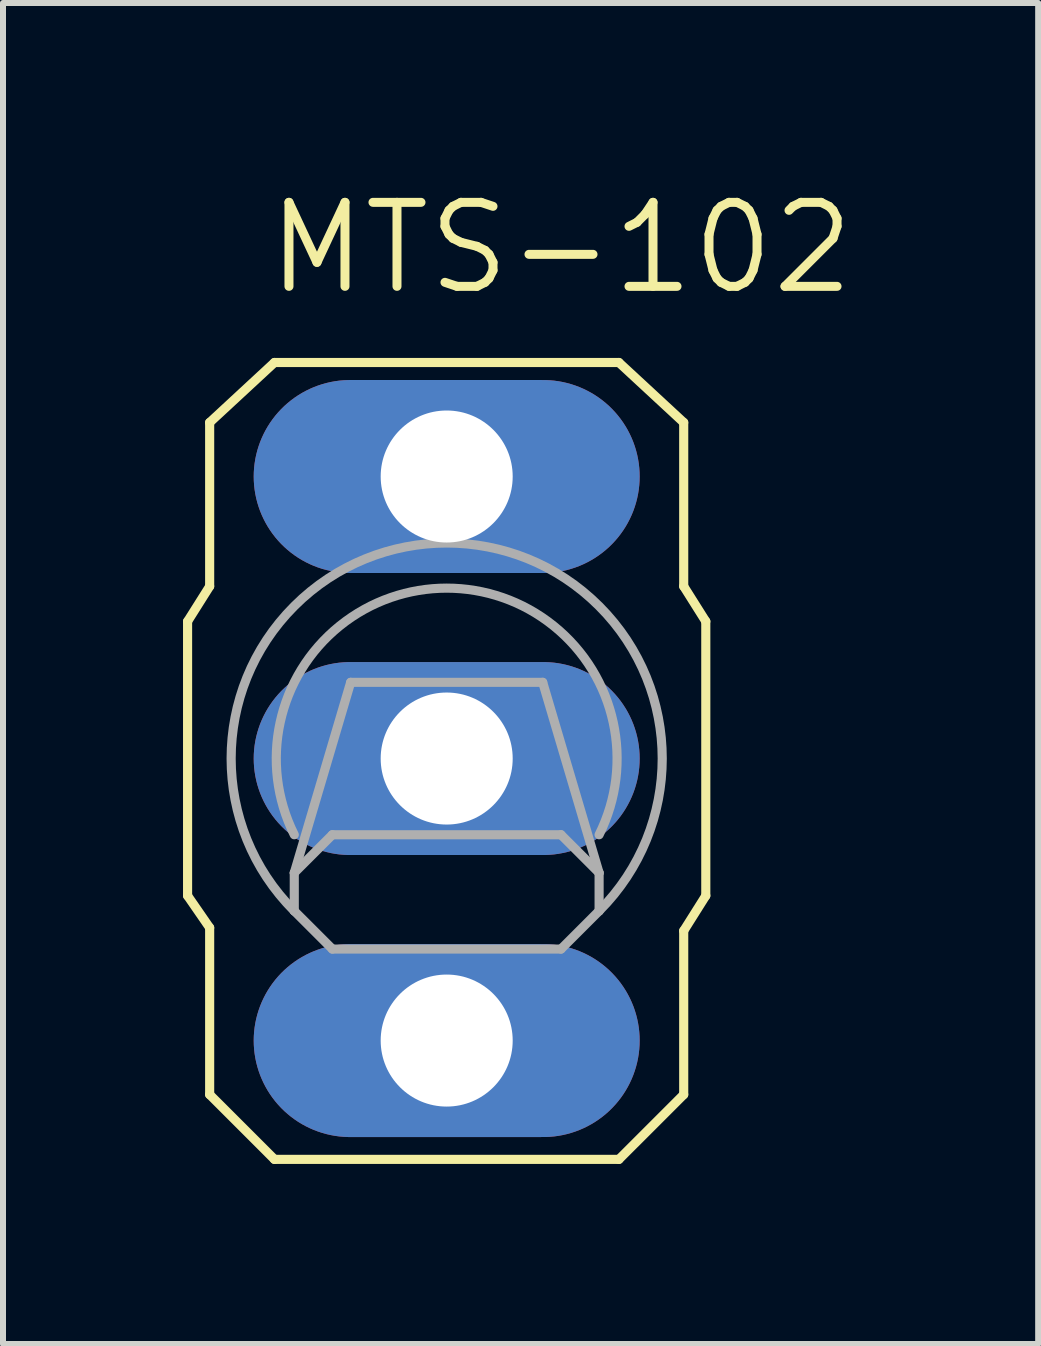
<source format=kicad_pcb>
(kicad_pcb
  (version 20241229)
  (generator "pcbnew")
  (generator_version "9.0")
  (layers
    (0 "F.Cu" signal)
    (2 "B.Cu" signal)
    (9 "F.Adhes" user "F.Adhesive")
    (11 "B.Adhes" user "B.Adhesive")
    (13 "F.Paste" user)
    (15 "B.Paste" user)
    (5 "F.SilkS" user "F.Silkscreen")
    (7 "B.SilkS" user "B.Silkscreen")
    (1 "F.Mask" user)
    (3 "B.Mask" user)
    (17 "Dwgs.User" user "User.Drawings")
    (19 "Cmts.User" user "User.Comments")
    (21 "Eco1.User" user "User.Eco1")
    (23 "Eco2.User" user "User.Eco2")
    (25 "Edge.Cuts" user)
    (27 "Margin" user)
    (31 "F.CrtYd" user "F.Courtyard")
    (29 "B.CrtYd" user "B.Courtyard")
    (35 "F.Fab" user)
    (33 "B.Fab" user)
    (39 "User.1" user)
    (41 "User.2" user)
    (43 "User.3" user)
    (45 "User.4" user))
  (footprint "MTS-102"
    (layer "F.Cu")
    (at 4.394 9.591)
    (property "Reference" "MTS-102" (at 1.905 -8.509 0) (layer "F.SilkS") (effects (font (size 1.4 1.4) (thickness 0.15))))
    (attr through_hole)
    (fp_line (start -4.318 -2.286) (end -4.318 2.286) (stroke (width 0.152) (type solid)) (layer "F.SilkS"))
    (fp_line (start -4.318 -2.286) (end -3.95 -2.87) (stroke (width 0.152) (type solid)) (layer "F.SilkS"))
    (fp_line (start -4.318 2.286) (end -3.95 2.819) (stroke (width 0.152) (type solid)) (layer "F.SilkS"))
    (fp_line (start -3.95 -2.87) (end -3.95 -5.6) (stroke (width 0.152) (type solid)) (layer "F.SilkS"))
    (fp_line (start -3.95 5.6) (end -3.95 2.819) (stroke (width 0.152) (type solid)) (layer "F.SilkS"))
    (fp_line (start -3.95 5.6) (end -2.87 6.68) (stroke (width 0.152) (type solid)) (layer "F.SilkS"))
    (fp_line (start -2.87 -6.6) (end -3.95 -5.6) (stroke (width 0.152) (type solid)) (layer "F.SilkS"))
    (fp_line (start -2.87 -6.6) (end 2.87 -6.6) (stroke (width 0.152) (type solid)) (layer "F.SilkS"))
    (fp_line (start 2.87 6.68) (end -2.87 6.68) (stroke (width 0.152) (type solid)) (layer "F.SilkS"))
    (fp_line (start 2.87 6.68) (end 3.95 5.6) (stroke (width 0.152) (type solid)) (layer "F.SilkS"))
    (fp_line (start 3.95 -5.6) (end 2.87 -6.6) (stroke (width 0.152) (type solid)) (layer "F.SilkS"))
    (fp_line (start 3.95 -5.6) (end 3.95 -2.87) (stroke (width 0.152) (type solid)) (layer "F.SilkS"))
    (fp_line (start 3.95 5.6) (end 3.95 2.87) (stroke (width 0.152) (type solid)) (layer "F.SilkS"))
    (fp_line (start 4.318 -2.286) (end 3.95 -2.87) (stroke (width 0.152) (type solid)) (layer "F.SilkS"))
    (fp_line (start 4.318 -2.286) (end 4.318 2.286) (stroke (width 0.152) (type solid)) (layer "F.SilkS"))
    (fp_line (start 4.318 2.286) (end 3.95 2.87) (stroke (width 0.152) (type solid)) (layer "F.SilkS"))
    (fp_line (start -2.54 2.54) (end -2.54 1.905) (stroke (width 0.152) (type solid)) (layer "F.Fab"))
    (fp_line (start -2.54 2.54) (end -1.905 3.175) (stroke (width 0.152) (type solid)) (layer "F.Fab"))
    (fp_line (start -1.905 1.27) (end -2.54 1.905) (stroke (width 0.152) (type solid)) (layer "F.Fab"))
    (fp_line (start -1.905 1.27) (end 1.905 1.27) (stroke (width 0.152) (type solid)) (layer "F.Fab"))
    (fp_line (start -1.6 -1.27) (end -2.54 1.905) (stroke (width 0.152) (type solid)) (layer "F.Fab"))
    (fp_line (start -1.6 -1.27) (end 1.6 -1.27) (stroke (width 0.152) (type solid)) (layer "F.Fab"))
    (fp_line (start 1.6 -1.27) (end 2.54 1.905) (stroke (width 0.152) (type solid)) (layer "F.Fab"))
    (fp_line (start 1.905 1.27) (end 2.54 1.905) (stroke (width 0.152) (type solid)) (layer "F.Fab"))
    (fp_line (start 1.905 3.175) (end -1.905 3.175) (stroke (width 0.152) (type solid)) (layer "F.Fab"))
    (fp_line (start 1.905 3.175) (end 2.54 2.54) (stroke (width 0.152) (type solid)) (layer "F.Fab"))
    (fp_line (start 2.54 1.905) (end 2.54 2.54) (stroke (width 0.152) (type solid)) (layer "F.Fab"))
    (fp_arc (start -2.54 1.27) (mid 0 -2.839802) (end 2.54 1.27) (stroke (width 0.1524) (type solid)) (layer "F.Fab"))
    (fp_arc (start -2.54 2.54) (mid 0 -3.592102) (end 2.54 2.54) (stroke (width 0.1524) (type solid)) (layer "F.Fab"))
    (pad "1" thru_hole oval (at 0 -4.7) (size 6.432 3.216) (drill 2.2) (layers "*.Cu" "*.Mask"))
    (pad "2" thru_hole oval (at 0 0) (size 6.432 3.216) (drill 2.2) (layers "*.Cu" "*.Mask"))
    (pad "3" thru_hole oval (at 0 4.7) (size 6.432 3.216) (drill 2.2) (layers "*.Cu" "*.Mask")))
  (gr_rect
    (start -3 -3)
    (end 14.251 19.348)
    (stroke (width 0.1) (type default))
    (fill no)
    (layer "Edge.Cuts")))
</source>
